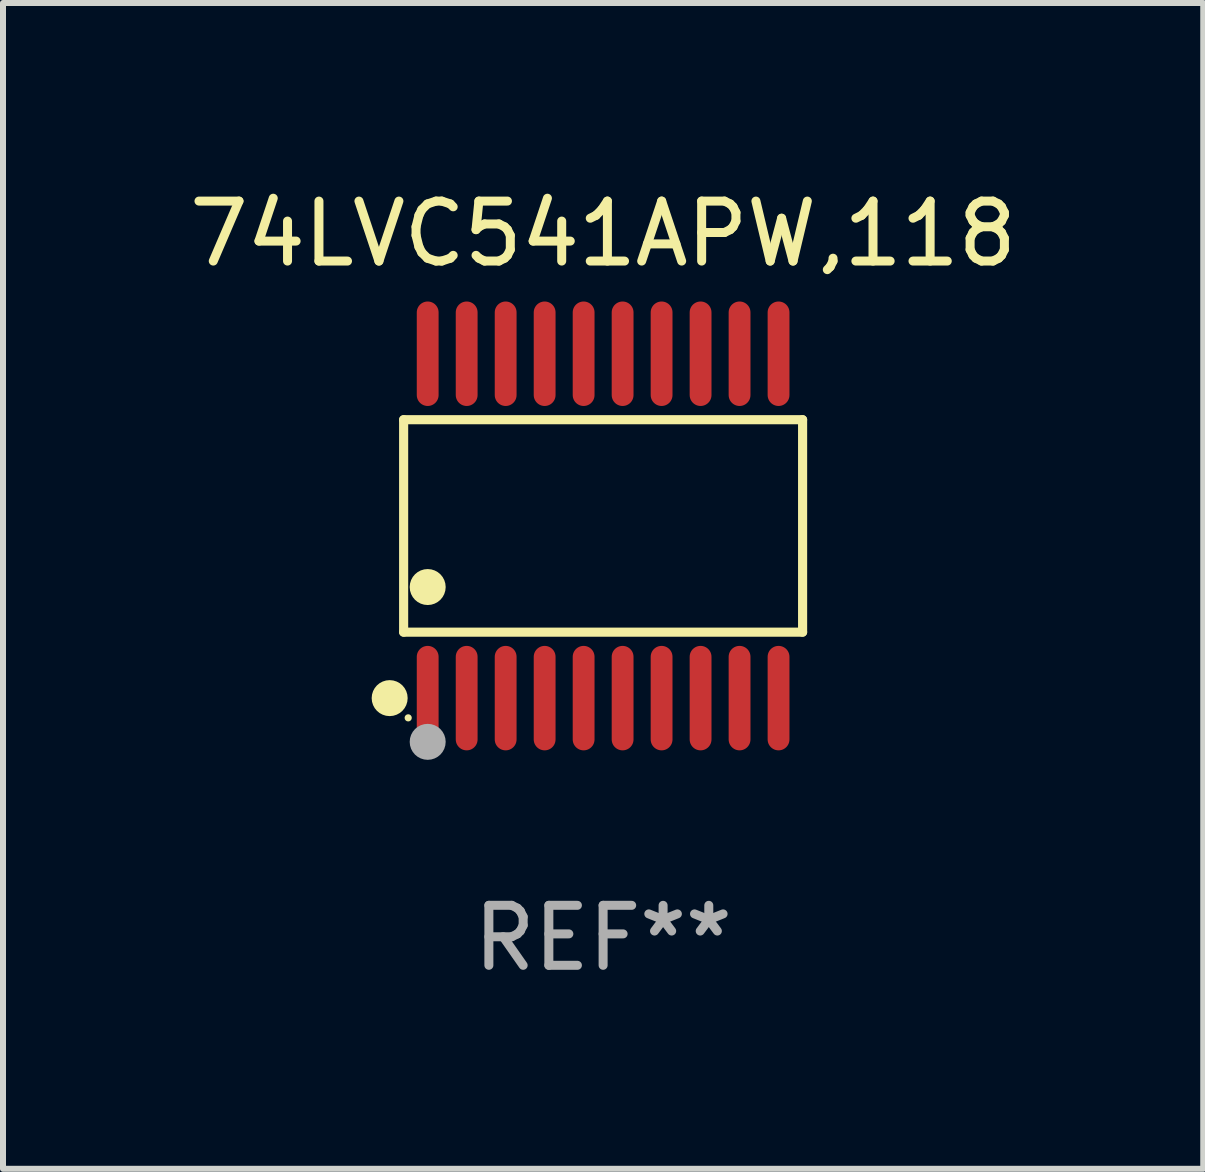
<source format=kicad_pcb>
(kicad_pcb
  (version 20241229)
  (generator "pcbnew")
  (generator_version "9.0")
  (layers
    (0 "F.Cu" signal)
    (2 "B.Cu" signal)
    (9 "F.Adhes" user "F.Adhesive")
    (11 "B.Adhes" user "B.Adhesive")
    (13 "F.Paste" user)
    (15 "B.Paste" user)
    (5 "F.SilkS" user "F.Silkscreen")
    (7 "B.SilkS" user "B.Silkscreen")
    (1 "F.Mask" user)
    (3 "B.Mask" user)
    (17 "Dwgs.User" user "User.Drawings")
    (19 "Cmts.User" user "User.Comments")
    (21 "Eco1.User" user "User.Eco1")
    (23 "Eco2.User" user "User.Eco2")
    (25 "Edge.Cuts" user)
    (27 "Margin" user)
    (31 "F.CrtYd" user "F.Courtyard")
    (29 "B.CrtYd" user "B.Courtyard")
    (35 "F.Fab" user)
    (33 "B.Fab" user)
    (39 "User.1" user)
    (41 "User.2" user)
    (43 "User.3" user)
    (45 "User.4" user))
  (footprint "74LVC541APW,118"
    (layer "F.Cu")
    (at 7.006 5.719)
    (property "Reference" "74LVC541APW,118" (at 0 -4.871 0) (layer "F.SilkS") (effects (font (size 1 1) (thickness 0.15))))
    (attr through_hole)
    (fp_line (start -3.326 -1.771) (end 3.326 -1.771) (stroke (width 0.152) (type solid)) (layer "F.SilkS"))
    (fp_line (start -3.326 1.771) (end -3.326 -1.771) (stroke (width 0.152) (type solid)) (layer "F.SilkS"))
    (fp_line (start 3.326 -1.771) (end 3.326 1.771) (stroke (width 0.152) (type solid)) (layer "F.SilkS"))
    (fp_line (start 3.326 1.771) (end -3.326 1.771) (stroke (width 0.152) (type solid)) (layer "F.SilkS"))
    (fp_circle (center -3.559 2.871) (end -3.409 2.871) (stroke (width 0.3) (type solid)) (fill no) (layer "F.SilkS"))
    (fp_circle (center -3.25 3.2) (end -3.22 3.2) (stroke (width 0.06) (type solid)) (fill no) (layer "F.SilkS"))
    (fp_circle (center -2.925 1.019) (end -2.775 1.019) (stroke (width 0.3) (type solid)) (fill no) (layer "F.SilkS"))
    (fp_circle (center -2.925 3.6) (end -2.775 3.6) (stroke (width 0.3) (type solid)) (fill no) (layer "F.Fab"))
    (fp_text user "REF**" (at 0 6.871 0) (layer "F.Fab") (effects (font (size 1 1) (thickness 0.15))))
    (pad "1" smd oval (at -2.925 2.871) (size 0.364 1.742) (layers "F.Cu" "F.Mask" "F.Paste"))
    (pad "2" smd oval (at -2.275 2.871) (size 0.364 1.742) (layers "F.Cu" "F.Mask" "F.Paste"))
    (pad "3" smd oval (at -1.625 2.871) (size 0.364 1.742) (layers "F.Cu" "F.Mask" "F.Paste"))
    (pad "4" smd oval (at -0.975 2.871) (size 0.364 1.742) (layers "F.Cu" "F.Mask" "F.Paste"))
    (pad "5" smd oval (at -0.325 2.871) (size 0.364 1.742) (layers "F.Cu" "F.Mask" "F.Paste"))
    (pad "6" smd oval (at 0.325 2.871) (size 0.364 1.742) (layers "F.Cu" "F.Mask" "F.Paste"))
    (pad "7" smd oval (at 0.975 2.871) (size 0.364 1.742) (layers "F.Cu" "F.Mask" "F.Paste"))
    (pad "8" smd oval (at 1.625 2.871) (size 0.364 1.742) (layers "F.Cu" "F.Mask" "F.Paste"))
    (pad "9" smd oval (at 2.275 2.871) (size 0.364 1.742) (layers "F.Cu" "F.Mask" "F.Paste"))
    (pad "10" smd oval (at 2.925 2.871) (size 0.364 1.742) (layers "F.Cu" "F.Mask" "F.Paste"))
    (pad "11" smd oval (at 2.925 -2.871) (size 0.364 1.742) (layers "F.Cu" "F.Mask" "F.Paste"))
    (pad "12" smd oval (at 2.275 -2.871) (size 0.364 1.742) (layers "F.Cu" "F.Mask" "F.Paste"))
    (pad "13" smd oval (at 1.625 -2.871) (size 0.364 1.742) (layers "F.Cu" "F.Mask" "F.Paste"))
    (pad "14" smd oval (at 0.975 -2.871) (size 0.364 1.742) (layers "F.Cu" "F.Mask" "F.Paste"))
    (pad "15" smd oval (at 0.325 -2.871) (size 0.364 1.742) (layers "F.Cu" "F.Mask" "F.Paste"))
    (pad "16" smd oval (at -0.325 -2.871) (size 0.364 1.742) (layers "F.Cu" "F.Mask" "F.Paste"))
    (pad "17" smd oval (at -0.975 -2.871) (size 0.364 1.742) (layers "F.Cu" "F.Mask" "F.Paste"))
    (pad "18" smd oval (at -1.625 -2.871) (size 0.364 1.742) (layers "F.Cu" "F.Mask" "F.Paste"))
    (pad "19" smd oval (at -2.275 -2.871) (size 0.364 1.742) (layers "F.Cu" "F.Mask" "F.Paste"))
    (pad "20" smd oval (at -2.925 -2.871) (size 0.364 1.742) (layers "F.Cu" "F.Mask" "F.Paste")))
  (gr_rect
    (start -3 -3)
    (end 17.012 16.438)
    (stroke (width 0.1) (type default))
    (fill no)
    (layer "Edge.Cuts")))
</source>
